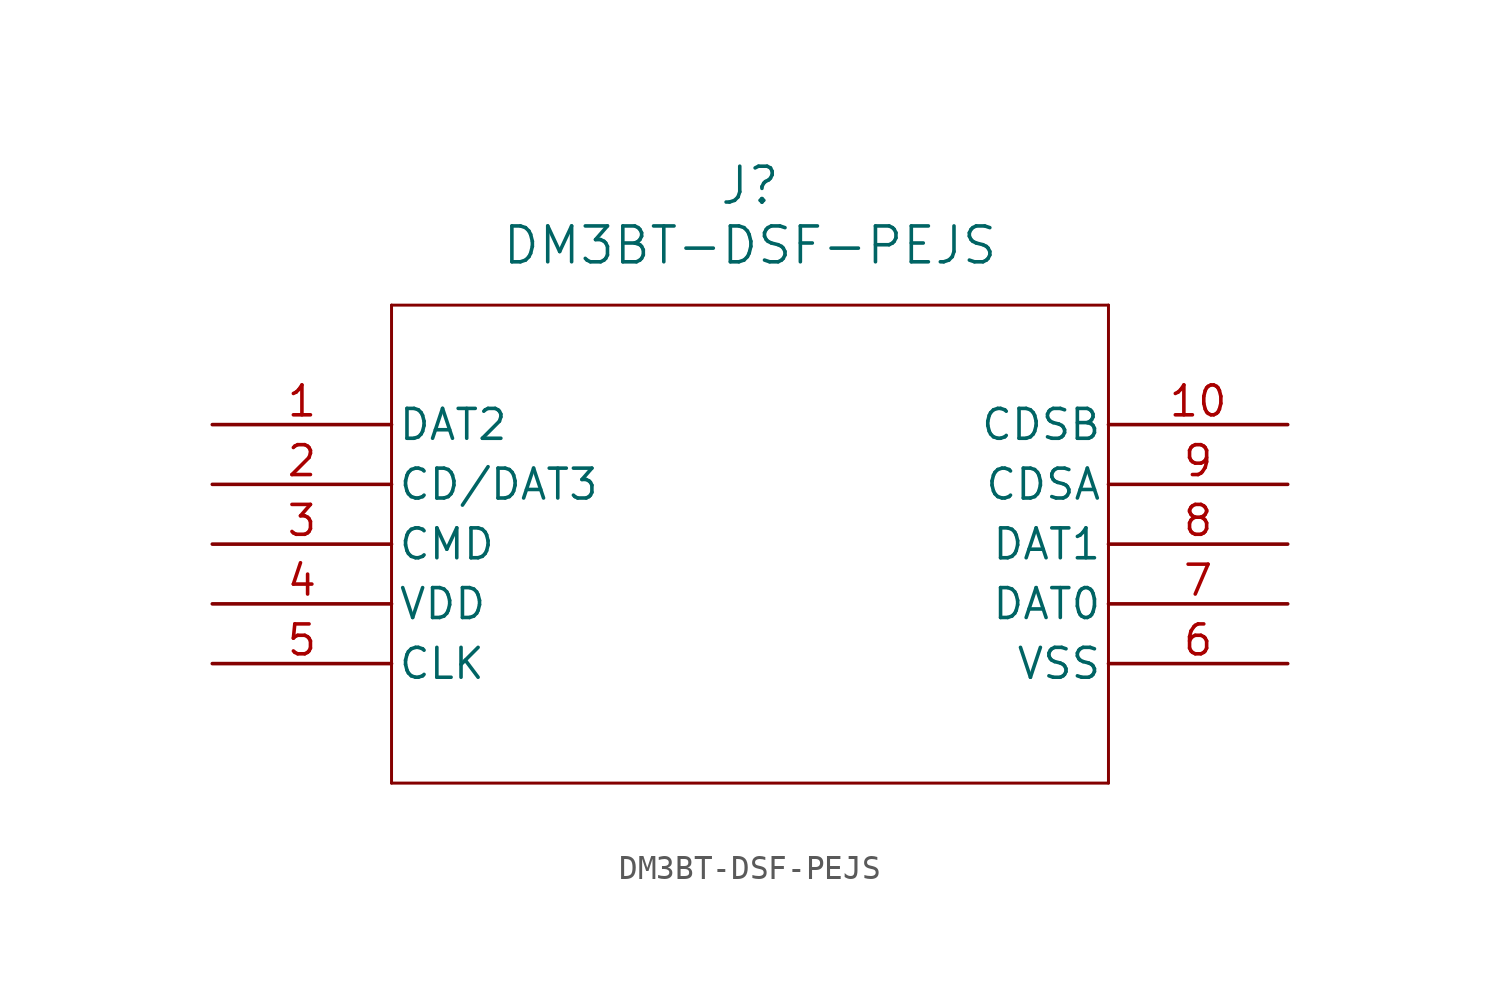
<source format=kicad_sym>
(kicad_symbol_lib
  (version 20231120)
  (generator "kicad_symbol_editor")
  (generator_version "8.0")
  (symbol "DM3BT-DSF-PEJS"
    (pin_names
      (offset 0.254))
    (property "Reference" "J"
      (at 22.86 10.16 0)
      (effects (font (size 1.524 1.524))))
    (property "Value" "DM3BT-DSF-PEJS"
      (at 22.86 7.62 0)
      (effects (font (size 1.524 1.524))))
    (property "ki_locked" ""
      (at 0 0 0)
      (effects (font (size 1.27 1.27))))
    (symbol "DM3BT-DSF-PEJS_0_1"
      (polyline (pts (xy 7.62 -15.24) (xy 38.1 -15.24)) (stroke (width 0.127) (type default)) (fill (type none)))
      (polyline (pts (xy 7.62 5.08) (xy 7.62 -15.24)) (stroke (width 0.127) (type default)) (fill (type none)))
      (polyline (pts (xy 38.1 -15.24) (xy 38.1 5.08)) (stroke (width 0.127) (type default)) (fill (type none)))
      (polyline (pts (xy 38.1 5.08) (xy 7.62 5.08)) (stroke (width 0.127) (type default)) (fill (type none)))
      (pin bidirectional line (at 0 0 0) (length 7.62) (name "DAT2" (effects (font (size 1.27 1.27)))) (number "1" (effects (font (size 1.27 1.27)))))
      (pin unspecified line (at 45.72 0 180) (length 7.62) (name "CDSB" (effects (font (size 1.27 1.27)))) (number "10" (effects (font (size 1.27 1.27)))))
      (pin bidirectional line (at 0 -2.54 0) (length 7.62) (name "CD/DAT3" (effects (font (size 1.27 1.27)))) (number "2" (effects (font (size 1.27 1.27)))))
      (pin unspecified line (at 0 -5.08 0) (length 7.62) (name "CMD" (effects (font (size 1.27 1.27)))) (number "3" (effects (font (size 1.27 1.27)))))
      (pin power_in line (at 0 -7.62 0) (length 7.62) (name "VDD" (effects (font (size 1.27 1.27)))) (number "4" (effects (font (size 1.27 1.27)))))
      (pin unspecified line (at 0 -10.16 0) (length 7.62) (name "CLK" (effects (font (size 1.27 1.27)))) (number "5" (effects (font (size 1.27 1.27)))))
      (pin power_out line (at 45.72 -10.16 180) (length 7.62) (name "VSS" (effects (font (size 1.27 1.27)))) (number "6" (effects (font (size 1.27 1.27)))))
      (pin bidirectional line (at 45.72 -7.62 180) (length 7.62) (name "DAT0" (effects (font (size 1.27 1.27)))) (number "7" (effects (font (size 1.27 1.27)))))
      (pin bidirectional line (at 45.72 -5.08 180) (length 7.62) (name "DAT1" (effects (font (size 1.27 1.27)))) (number "8" (effects (font (size 1.27 1.27)))))
      (pin unspecified line (at 45.72 -2.54 180) (length 7.62) (name "CDSA" (effects (font (size 1.27 1.27)))) (number "9" (effects (font (size 1.27 1.27))))))))
</source>
